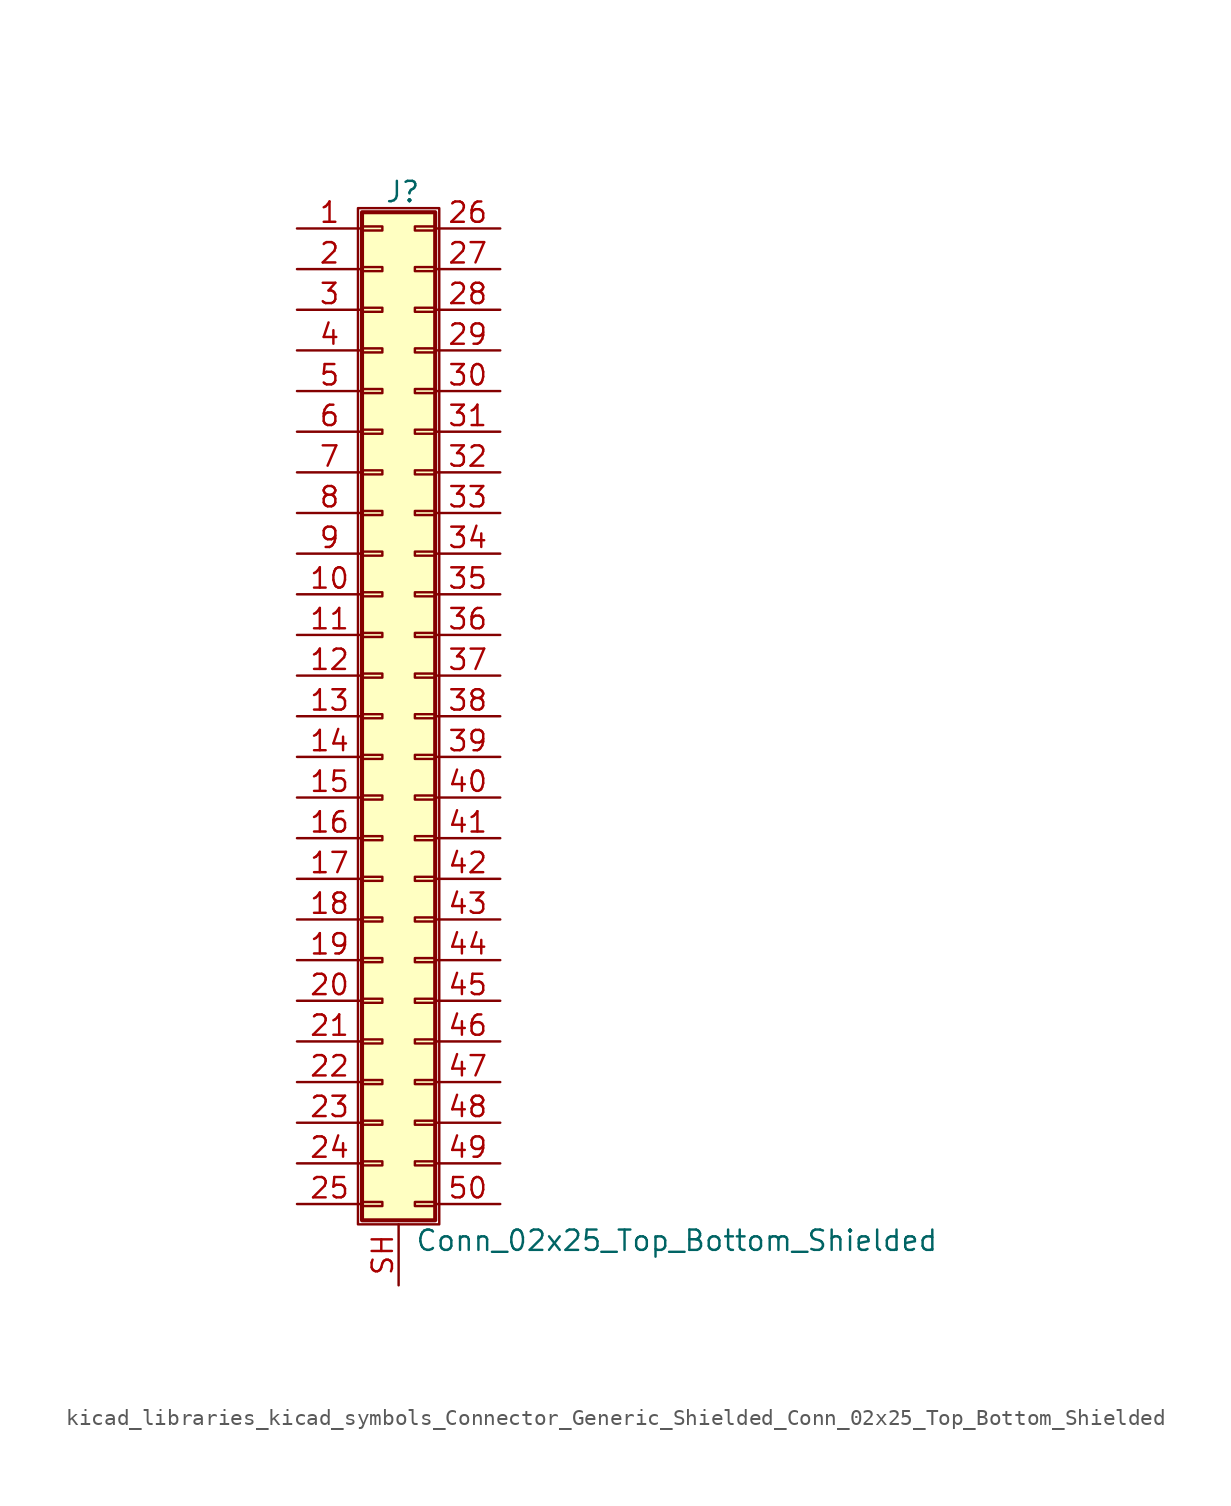
<source format=kicad_sym>
(kicad_symbol_lib
  (version 20220914)
  (generator kicad_symbol_editor)
  (symbol "kicad_libraries_kicad_symbols_Connector_Generic_Shielded_Conn_02x25_Top_Bottom_Shielded"
    (pin_names
      (offset 1.016) hide)
    (property "Reference" "J"
      (at 1.524 32.766 0)
      (effects (font (size 1.27 1.27))))
    (property "Value" "Conn_02x25_Top_Bottom_Shielded"
      (at 2.286 -32.766 0)
      (effects (font (size 1.27 1.27)) (justify left)))
    (symbol "kicad_libraries_kicad_symbols_Connector_Generic_Shielded_Conn_02x25_Top_Bottom_Shielded_1_1"
      (rectangle (start -1.27 31.75) (end 3.81 -31.75) (stroke (width 0.152) (type default)) (fill (type none)))
      (rectangle (start -1.016 -30.353) (end 0.254 -30.607) (stroke (width 0.152) (type default)) (fill (type none)))
      (rectangle (start -1.016 -27.813) (end 0.254 -28.067) (stroke (width 0.152) (type default)) (fill (type none)))
      (rectangle (start -1.016 -25.273) (end 0.254 -25.527) (stroke (width 0.152) (type default)) (fill (type none)))
      (rectangle (start -1.016 -22.733) (end 0.254 -22.987) (stroke (width 0.152) (type default)) (fill (type none)))
      (rectangle (start -1.016 -20.193) (end 0.254 -20.447) (stroke (width 0.152) (type default)) (fill (type none)))
      (rectangle (start -1.016 -17.653) (end 0.254 -17.907) (stroke (width 0.152) (type default)) (fill (type none)))
      (rectangle (start -1.016 -15.113) (end 0.254 -15.367) (stroke (width 0.152) (type default)) (fill (type none)))
      (rectangle (start -1.016 -12.573) (end 0.254 -12.827) (stroke (width 0.152) (type default)) (fill (type none)))
      (rectangle (start -1.016 -10.033) (end 0.254 -10.287) (stroke (width 0.152) (type default)) (fill (type none)))
      (rectangle (start -1.016 -7.493) (end 0.254 -7.747) (stroke (width 0.152) (type default)) (fill (type none)))
      (rectangle (start -1.016 -4.953) (end 0.254 -5.207) (stroke (width 0.152) (type default)) (fill (type none)))
      (rectangle (start -1.016 -2.413) (end 0.254 -2.667) (stroke (width 0.152) (type default)) (fill (type none)))
      (rectangle (start -1.016 0.127) (end 0.254 -0.127) (stroke (width 0.152) (type default)) (fill (type none)))
      (rectangle (start -1.016 2.667) (end 0.254 2.413) (stroke (width 0.152) (type default)) (fill (type none)))
      (rectangle (start -1.016 5.207) (end 0.254 4.953) (stroke (width 0.152) (type default)) (fill (type none)))
      (rectangle (start -1.016 7.747) (end 0.254 7.493) (stroke (width 0.152) (type default)) (fill (type none)))
      (rectangle (start -1.016 10.287) (end 0.254 10.033) (stroke (width 0.152) (type default)) (fill (type none)))
      (rectangle (start -1.016 12.827) (end 0.254 12.573) (stroke (width 0.152) (type default)) (fill (type none)))
      (rectangle (start -1.016 15.367) (end 0.254 15.113) (stroke (width 0.152) (type default)) (fill (type none)))
      (rectangle (start -1.016 17.907) (end 0.254 17.653) (stroke (width 0.152) (type default)) (fill (type none)))
      (rectangle (start -1.016 20.447) (end 0.254 20.193) (stroke (width 0.152) (type default)) (fill (type none)))
      (rectangle (start -1.016 22.987) (end 0.254 22.733) (stroke (width 0.152) (type default)) (fill (type none)))
      (rectangle (start -1.016 25.527) (end 0.254 25.273) (stroke (width 0.152) (type default)) (fill (type none)))
      (rectangle (start -1.016 28.067) (end 0.254 27.813) (stroke (width 0.152) (type default)) (fill (type none)))
      (rectangle (start -1.016 30.607) (end 0.254 30.353) (stroke (width 0.152) (type default)) (fill (type none)))
      (rectangle (start -1.016 31.496) (end 3.556 -31.496) (stroke (width 0.254) (type default)) (fill (type background)))
      (rectangle (start 3.556 -30.353) (end 2.286 -30.607) (stroke (width 0.152) (type default)) (fill (type none)))
      (rectangle (start 3.556 -27.813) (end 2.286 -28.067) (stroke (width 0.152) (type default)) (fill (type none)))
      (rectangle (start 3.556 -25.273) (end 2.286 -25.527) (stroke (width 0.152) (type default)) (fill (type none)))
      (rectangle (start 3.556 -22.733) (end 2.286 -22.987) (stroke (width 0.152) (type default)) (fill (type none)))
      (rectangle (start 3.556 -20.193) (end 2.286 -20.447) (stroke (width 0.152) (type default)) (fill (type none)))
      (rectangle (start 3.556 -17.653) (end 2.286 -17.907) (stroke (width 0.152) (type default)) (fill (type none)))
      (rectangle (start 3.556 -15.113) (end 2.286 -15.367) (stroke (width 0.152) (type default)) (fill (type none)))
      (rectangle (start 3.556 -12.573) (end 2.286 -12.827) (stroke (width 0.152) (type default)) (fill (type none)))
      (rectangle (start 3.556 -10.033) (end 2.286 -10.287) (stroke (width 0.152) (type default)) (fill (type none)))
      (rectangle (start 3.556 -7.493) (end 2.286 -7.747) (stroke (width 0.152) (type default)) (fill (type none)))
      (rectangle (start 3.556 -4.953) (end 2.286 -5.207) (stroke (width 0.152) (type default)) (fill (type none)))
      (rectangle (start 3.556 -2.413) (end 2.286 -2.667) (stroke (width 0.152) (type default)) (fill (type none)))
      (rectangle (start 3.556 0.127) (end 2.286 -0.127) (stroke (width 0.152) (type default)) (fill (type none)))
      (rectangle (start 3.556 2.667) (end 2.286 2.413) (stroke (width 0.152) (type default)) (fill (type none)))
      (rectangle (start 3.556 5.207) (end 2.286 4.953) (stroke (width 0.152) (type default)) (fill (type none)))
      (rectangle (start 3.556 7.747) (end 2.286 7.493) (stroke (width 0.152) (type default)) (fill (type none)))
      (rectangle (start 3.556 10.287) (end 2.286 10.033) (stroke (width 0.152) (type default)) (fill (type none)))
      (rectangle (start 3.556 12.827) (end 2.286 12.573) (stroke (width 0.152) (type default)) (fill (type none)))
      (rectangle (start 3.556 15.367) (end 2.286 15.113) (stroke (width 0.152) (type default)) (fill (type none)))
      (rectangle (start 3.556 17.907) (end 2.286 17.653) (stroke (width 0.152) (type default)) (fill (type none)))
      (rectangle (start 3.556 20.447) (end 2.286 20.193) (stroke (width 0.152) (type default)) (fill (type none)))
      (rectangle (start 3.556 22.987) (end 2.286 22.733) (stroke (width 0.152) (type default)) (fill (type none)))
      (rectangle (start 3.556 25.527) (end 2.286 25.273) (stroke (width 0.152) (type default)) (fill (type none)))
      (rectangle (start 3.556 28.067) (end 2.286 27.813) (stroke (width 0.152) (type default)) (fill (type none)))
      (rectangle (start 3.556 30.607) (end 2.286 30.353) (stroke (width 0.152) (type default)) (fill (type none)))
      (pin passive line (at -5.08 30.48 0) (length 4.064) (name "Pin_1" (effects (font (size 1.27 1.27)))) (number "1" (effects (font (size 1.27 1.27)))))
      (pin passive line (at -5.08 7.62 0) (length 4.064) (name "Pin_10" (effects (font (size 1.27 1.27)))) (number "10" (effects (font (size 1.27 1.27)))))
      (pin passive line (at -5.08 5.08 0) (length 4.064) (name "Pin_11" (effects (font (size 1.27 1.27)))) (number "11" (effects (font (size 1.27 1.27)))))
      (pin passive line (at -5.08 2.54 0) (length 4.064) (name "Pin_12" (effects (font (size 1.27 1.27)))) (number "12" (effects (font (size 1.27 1.27)))))
      (pin passive line (at -5.08 0 0) (length 4.064) (name "Pin_13" (effects (font (size 1.27 1.27)))) (number "13" (effects (font (size 1.27 1.27)))))
      (pin passive line (at -5.08 -2.54 0) (length 4.064) (name "Pin_14" (effects (font (size 1.27 1.27)))) (number "14" (effects (font (size 1.27 1.27)))))
      (pin passive line (at -5.08 -5.08 0) (length 4.064) (name "Pin_15" (effects (font (size 1.27 1.27)))) (number "15" (effects (font (size 1.27 1.27)))))
      (pin passive line (at -5.08 -7.62 0) (length 4.064) (name "Pin_16" (effects (font (size 1.27 1.27)))) (number "16" (effects (font (size 1.27 1.27)))))
      (pin passive line (at -5.08 -10.16 0) (length 4.064) (name "Pin_17" (effects (font (size 1.27 1.27)))) (number "17" (effects (font (size 1.27 1.27)))))
      (pin passive line (at -5.08 -12.7 0) (length 4.064) (name "Pin_18" (effects (font (size 1.27 1.27)))) (number "18" (effects (font (size 1.27 1.27)))))
      (pin passive line (at -5.08 -15.24 0) (length 4.064) (name "Pin_19" (effects (font (size 1.27 1.27)))) (number "19" (effects (font (size 1.27 1.27)))))
      (pin passive line (at -5.08 27.94 0) (length 4.064) (name "Pin_2" (effects (font (size 1.27 1.27)))) (number "2" (effects (font (size 1.27 1.27)))))
      (pin passive line (at -5.08 -17.78 0) (length 4.064) (name "Pin_20" (effects (font (size 1.27 1.27)))) (number "20" (effects (font (size 1.27 1.27)))))
      (pin passive line (at -5.08 -20.32 0) (length 4.064) (name "Pin_21" (effects (font (size 1.27 1.27)))) (number "21" (effects (font (size 1.27 1.27)))))
      (pin passive line (at -5.08 -22.86 0) (length 4.064) (name "Pin_22" (effects (font (size 1.27 1.27)))) (number "22" (effects (font (size 1.27 1.27)))))
      (pin passive line (at -5.08 -25.4 0) (length 4.064) (name "Pin_23" (effects (font (size 1.27 1.27)))) (number "23" (effects (font (size 1.27 1.27)))))
      (pin passive line (at -5.08 -27.94 0) (length 4.064) (name "Pin_24" (effects (font (size 1.27 1.27)))) (number "24" (effects (font (size 1.27 1.27)))))
      (pin passive line (at -5.08 -30.48 0) (length 4.064) (name "Pin_25" (effects (font (size 1.27 1.27)))) (number "25" (effects (font (size 1.27 1.27)))))
      (pin passive line (at 7.62 30.48 180) (length 4.064) (name "Pin_26" (effects (font (size 1.27 1.27)))) (number "26" (effects (font (size 1.27 1.27)))))
      (pin passive line (at 7.62 27.94 180) (length 4.064) (name "Pin_27" (effects (font (size 1.27 1.27)))) (number "27" (effects (font (size 1.27 1.27)))))
      (pin passive line (at 7.62 25.4 180) (length 4.064) (name "Pin_28" (effects (font (size 1.27 1.27)))) (number "28" (effects (font (size 1.27 1.27)))))
      (pin passive line (at 7.62 22.86 180) (length 4.064) (name "Pin_29" (effects (font (size 1.27 1.27)))) (number "29" (effects (font (size 1.27 1.27)))))
      (pin passive line (at -5.08 25.4 0) (length 4.064) (name "Pin_3" (effects (font (size 1.27 1.27)))) (number "3" (effects (font (size 1.27 1.27)))))
      (pin passive line (at 7.62 20.32 180) (length 4.064) (name "Pin_30" (effects (font (size 1.27 1.27)))) (number "30" (effects (font (size 1.27 1.27)))))
      (pin passive line (at 7.62 17.78 180) (length 4.064) (name "Pin_31" (effects (font (size 1.27 1.27)))) (number "31" (effects (font (size 1.27 1.27)))))
      (pin passive line (at 7.62 15.24 180) (length 4.064) (name "Pin_32" (effects (font (size 1.27 1.27)))) (number "32" (effects (font (size 1.27 1.27)))))
      (pin passive line (at 7.62 12.7 180) (length 4.064) (name "Pin_33" (effects (font (size 1.27 1.27)))) (number "33" (effects (font (size 1.27 1.27)))))
      (pin passive line (at 7.62 10.16 180) (length 4.064) (name "Pin_34" (effects (font (size 1.27 1.27)))) (number "34" (effects (font (size 1.27 1.27)))))
      (pin passive line (at 7.62 7.62 180) (length 4.064) (name "Pin_35" (effects (font (size 1.27 1.27)))) (number "35" (effects (font (size 1.27 1.27)))))
      (pin passive line (at 7.62 5.08 180) (length 4.064) (name "Pin_36" (effects (font (size 1.27 1.27)))) (number "36" (effects (font (size 1.27 1.27)))))
      (pin passive line (at 7.62 2.54 180) (length 4.064) (name "Pin_37" (effects (font (size 1.27 1.27)))) (number "37" (effects (font (size 1.27 1.27)))))
      (pin passive line (at 7.62 0 180) (length 4.064) (name "Pin_38" (effects (font (size 1.27 1.27)))) (number "38" (effects (font (size 1.27 1.27)))))
      (pin passive line (at 7.62 -2.54 180) (length 4.064) (name "Pin_39" (effects (font (size 1.27 1.27)))) (number "39" (effects (font (size 1.27 1.27)))))
      (pin passive line (at -5.08 22.86 0) (length 4.064) (name "Pin_4" (effects (font (size 1.27 1.27)))) (number "4" (effects (font (size 1.27 1.27)))))
      (pin passive line (at 7.62 -5.08 180) (length 4.064) (name "Pin_40" (effects (font (size 1.27 1.27)))) (number "40" (effects (font (size 1.27 1.27)))))
      (pin passive line (at 7.62 -7.62 180) (length 4.064) (name "Pin_41" (effects (font (size 1.27 1.27)))) (number "41" (effects (font (size 1.27 1.27)))))
      (pin passive line (at 7.62 -10.16 180) (length 4.064) (name "Pin_42" (effects (font (size 1.27 1.27)))) (number "42" (effects (font (size 1.27 1.27)))))
      (pin passive line (at 7.62 -12.7 180) (length 4.064) (name "Pin_43" (effects (font (size 1.27 1.27)))) (number "43" (effects (font (size 1.27 1.27)))))
      (pin passive line (at 7.62 -15.24 180) (length 4.064) (name "Pin_44" (effects (font (size 1.27 1.27)))) (number "44" (effects (font (size 1.27 1.27)))))
      (pin passive line (at 7.62 -17.78 180) (length 4.064) (name "Pin_45" (effects (font (size 1.27 1.27)))) (number "45" (effects (font (size 1.27 1.27)))))
      (pin passive line (at 7.62 -20.32 180) (length 4.064) (name "Pin_46" (effects (font (size 1.27 1.27)))) (number "46" (effects (font (size 1.27 1.27)))))
      (pin passive line (at 7.62 -22.86 180) (length 4.064) (name "Pin_47" (effects (font (size 1.27 1.27)))) (number "47" (effects (font (size 1.27 1.27)))))
      (pin passive line (at 7.62 -25.4 180) (length 4.064) (name "Pin_48" (effects (font (size 1.27 1.27)))) (number "48" (effects (font (size 1.27 1.27)))))
      (pin passive line (at 7.62 -27.94 180) (length 4.064) (name "Pin_49" (effects (font (size 1.27 1.27)))) (number "49" (effects (font (size 1.27 1.27)))))
      (pin passive line (at -5.08 20.32 0) (length 4.064) (name "Pin_5" (effects (font (size 1.27 1.27)))) (number "5" (effects (font (size 1.27 1.27)))))
      (pin passive line (at 7.62 -30.48 180) (length 4.064) (name "Pin_50" (effects (font (size 1.27 1.27)))) (number "50" (effects (font (size 1.27 1.27)))))
      (pin passive line (at -5.08 17.78 0) (length 4.064) (name "Pin_6" (effects (font (size 1.27 1.27)))) (number "6" (effects (font (size 1.27 1.27)))))
      (pin passive line (at -5.08 15.24 0) (length 4.064) (name "Pin_7" (effects (font (size 1.27 1.27)))) (number "7" (effects (font (size 1.27 1.27)))))
      (pin passive line (at -5.08 12.7 0) (length 4.064) (name "Pin_8" (effects (font (size 1.27 1.27)))) (number "8" (effects (font (size 1.27 1.27)))))
      (pin passive line (at -5.08 10.16 0) (length 4.064) (name "Pin_9" (effects (font (size 1.27 1.27)))) (number "9" (effects (font (size 1.27 1.27)))))
      (pin passive line (at 1.27 -35.56 90) (length 3.81) (name "Shield" (effects (font (size 1.27 1.27)))) (number "SH" (effects (font (size 1.27 1.27))))))))
</source>
